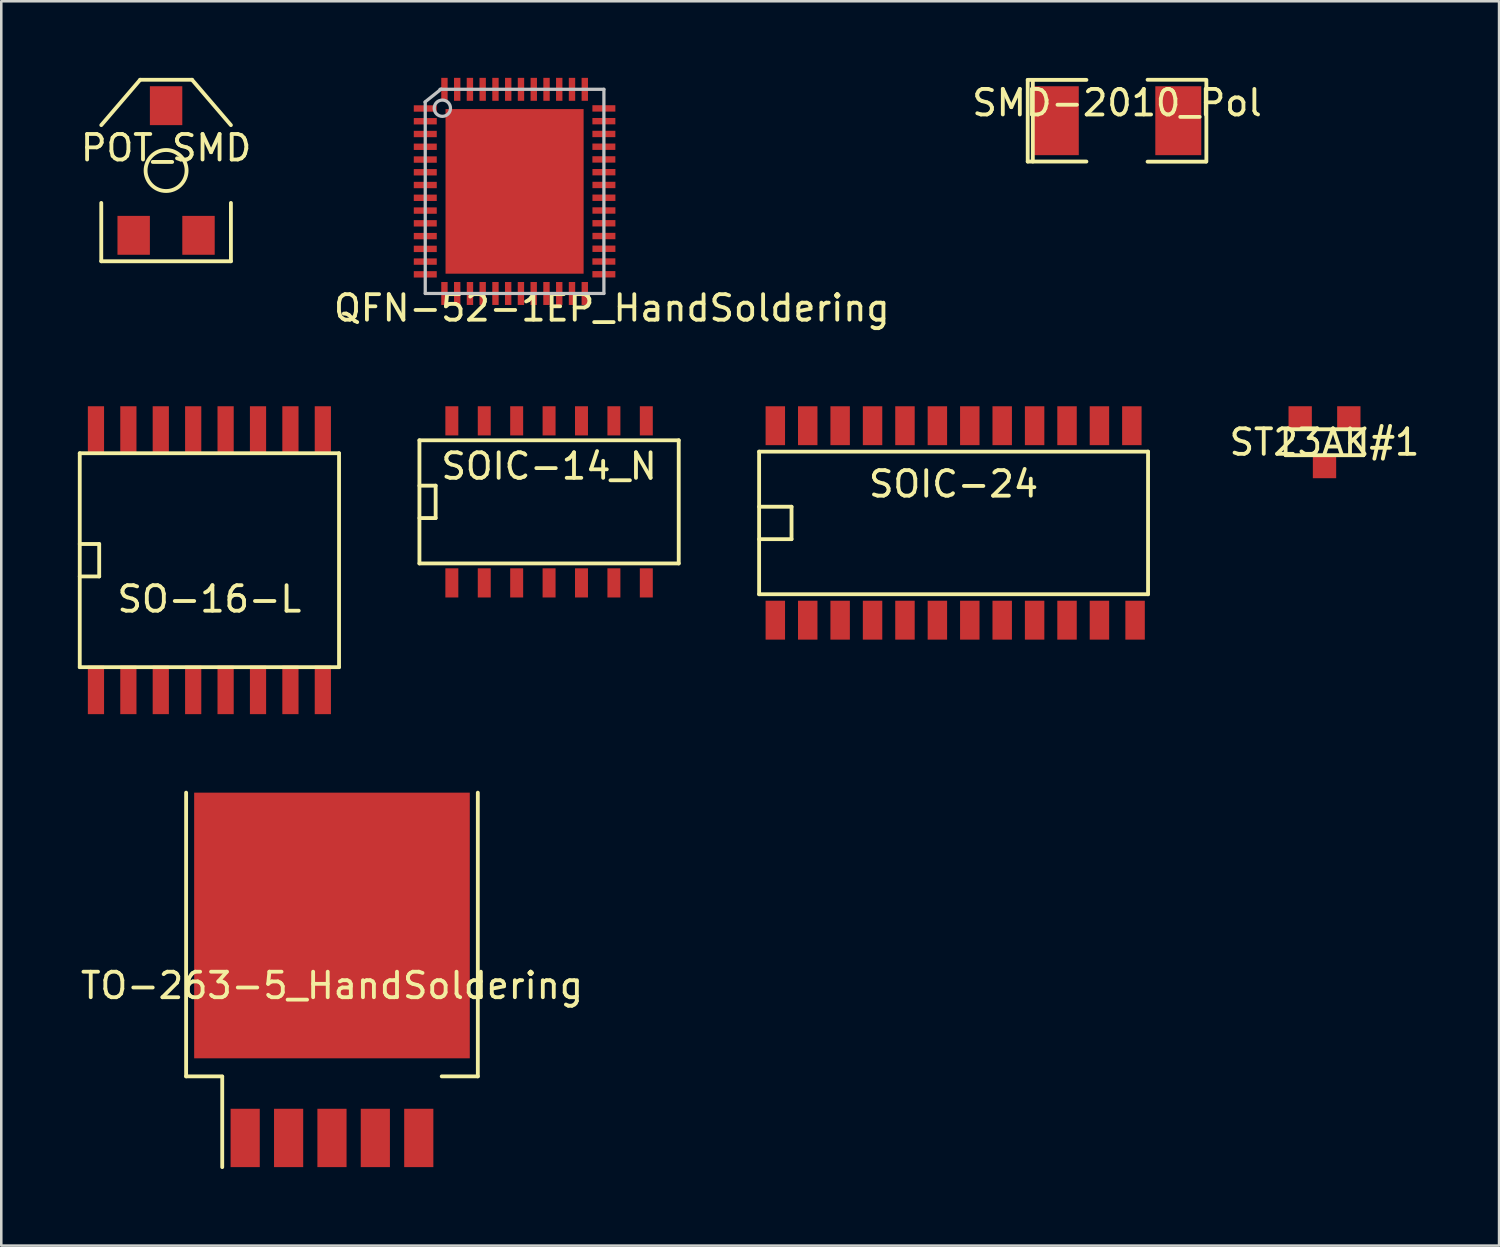
<source format=kicad_pcb>
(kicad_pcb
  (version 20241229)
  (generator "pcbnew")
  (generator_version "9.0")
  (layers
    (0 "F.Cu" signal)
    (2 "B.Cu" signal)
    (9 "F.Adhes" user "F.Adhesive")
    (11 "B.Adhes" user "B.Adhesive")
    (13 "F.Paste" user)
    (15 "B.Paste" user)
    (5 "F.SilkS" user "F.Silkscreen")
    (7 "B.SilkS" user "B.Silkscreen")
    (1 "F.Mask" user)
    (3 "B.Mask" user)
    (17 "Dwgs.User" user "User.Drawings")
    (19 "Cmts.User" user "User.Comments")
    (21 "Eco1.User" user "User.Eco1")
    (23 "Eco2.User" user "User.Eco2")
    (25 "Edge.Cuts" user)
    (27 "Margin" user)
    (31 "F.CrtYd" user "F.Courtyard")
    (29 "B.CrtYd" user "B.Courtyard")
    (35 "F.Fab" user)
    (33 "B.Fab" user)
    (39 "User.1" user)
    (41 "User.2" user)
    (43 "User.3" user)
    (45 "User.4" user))
  (footprint "POT_SMD"
    (layer "F.Cu")
    (at 3.458 3.631)
    (property "Reference" "POT_SMD" (at 0 -0.886 0) (layer "F.SilkS") (effects (font (size 1 1) (thickness 0.15))))
    (attr smd)
    (fp_line (start -2.54 -1.778) (end -1.016 -3.556) (stroke (width 0.15) (type solid)) (layer "F.SilkS"))
    (fp_line (start -2.54 1.27) (end -2.54 3.556) (stroke (width 0.15) (type solid)) (layer "F.SilkS"))
    (fp_line (start -2.54 3.556) (end 2.54 3.556) (stroke (width 0.15) (type solid)) (layer "F.SilkS"))
    (fp_line (start -1.016 -3.556) (end 1.016 -3.556) (stroke (width 0.15) (type solid)) (layer "F.SilkS"))
    (fp_line (start 1.016 -3.556) (end 2.54 -1.778) (stroke (width 0.15) (type solid)) (layer "F.SilkS"))
    (fp_line (start 2.54 3.556) (end 2.54 1.27) (stroke (width 0.15) (type solid)) (layer "F.SilkS"))
    (fp_circle (center 0 0) (end 0.254 -0.762) (stroke (width 0.15) (type solid)) (fill no) (layer "F.SilkS"))
    (pad "1" smd rect (at -1.27 2.54) (size 1.27 1.524) (layers "F.Cu" "F.Mask" "F.Paste"))
    (pad "2" smd rect (at 0 -2.54) (size 1.27 1.524) (layers "F.Cu" "F.Mask" "F.Paste"))
    (pad "3" smd rect (at 1.27 2.54) (size 1.27 1.524) (layers "F.Cu" "F.Mask" "F.Paste")))
  (footprint "TO-263-5_HandSoldering"
    (layer "F.Cu")
    (at 9.958 41.539)
    (property "Reference" "TO-263-5_HandSoldering" (at 0 -5.969 0) (layer "F.SilkS") (effects (font (size 1 1) (thickness 0.15))))
    (attr smd)
    (fp_line (start -5.715 -2.413) (end -5.715 -13.53) (stroke (width 0.15) (type solid)) (layer "F.SilkS"))
    (fp_line (start -5.715 -2.413) (end -4.3 -2.413) (stroke (width 0.15) (type solid)) (layer "F.SilkS"))
    (fp_line (start -4.3 -2.4) (end -4.3 1.143) (stroke (width 0.15) (type solid)) (layer "F.SilkS"))
    (fp_line (start 4.3 -2.413) (end 5.715 -2.413) (stroke (width 0.15) (type solid)) (layer "F.SilkS"))
    (fp_line (start 5.715 -13.53) (end 5.715 -2.413) (stroke (width 0.15) (type solid)) (layer "F.SilkS"))
    (pad "1" smd rect (at -3.401 0) (size 1.143 2.286) (layers "F.Cu" "F.Mask" "F.Paste"))
    (pad "2" smd rect (at -1.699 0) (size 1.143 2.286) (layers "F.Cu" "F.Mask" "F.Paste"))
    (pad "3" smd rect (at 0 -8.325) (size 10.8 10.41) (layers "F.Cu" "F.Mask" "F.Paste"))
    (pad "3" smd rect (at 0 0) (size 1.143 2.286) (layers "F.Cu" "F.Mask" "F.Paste"))
    (pad "4" smd rect (at 1.699 0) (size 1.143 2.286) (layers "F.Cu" "F.Mask" "F.Paste"))
    (pad "5" smd rect (at 3.401 0) (size 1.143 2.286) (layers "F.Cu" "F.Mask" "F.Paste")))
  (footprint "ST23AK#1"
    (layer "F.Cu")
    (at 48.849 14.278)
    (property "Reference" "ST23AK#1" (at 0 0 0) (layer "F.SilkS") (effects (font (size 1 1) (thickness 0.15))))
    (attr smd)
    (fp_line (start -1.524 -0.508) (end -1.524 -0.508) (stroke (width 0.15) (type solid)) (layer "F.SilkS"))
    (fp_line (start -1.524 -0.508) (end -1.524 -0.508) (stroke (width 0.15) (type solid)) (layer "F.SilkS"))
    (fp_line (start -1.524 -0.508) (end 1.524 -0.508) (stroke (width 0.15) (type solid)) (layer "F.SilkS"))
    (fp_line (start -1.524 0.508) (end -1.524 -0.508) (stroke (width 0.15) (type solid)) (layer "F.SilkS"))
    (fp_line (start 1.524 -0.508) (end 1.524 0.508) (stroke (width 0.15) (type solid)) (layer "F.SilkS"))
    (fp_line (start 1.524 0.508) (end -1.524 0.508) (stroke (width 0.15) (type solid)) (layer "F.SilkS"))
    (fp_line (start 1.524 0.508) (end 1.524 0.508) (stroke (width 0.15) (type solid)) (layer "F.SilkS"))
    (pad "1" smd rect (at 0.953 -0.953) (size 0.914 0.914) (layers "F.Cu" "F.Mask" "F.Paste"))
    (pad "2" smd rect (at 0 0.953) (size 0.914 0.914) (layers "F.Cu" "F.Mask" "F.Paste"))
    (pad "3" smd rect (at -0.953 -0.953) (size 0.914 0.914) (layers "F.Cu" "F.Mask" "F.Paste")))
  (footprint "SMD-2010_Pol"
    (layer "F.Cu")
    (at 40.72 1.68)
    (property "Reference" "SMD-2010_Pol" (at 0 -0.7 0) (layer "F.SilkS") (effects (font (size 1 1) (thickness 0.15))))
    (attr smd)
    (fp_line (start -3.5 -1.6) (end -3.5 1.6) (stroke (width 0.15) (type solid)) (layer "F.SilkS"))
    (fp_line (start -3.5 1.6) (end -1.2 1.6) (stroke (width 0.15) (type solid)) (layer "F.SilkS"))
    (fp_line (start -3.3 -1.6) (end -3.3 1.6) (stroke (width 0.15) (type solid)) (layer "F.SilkS"))
    (fp_line (start -1.2 -1.6) (end -3.5 -1.6) (stroke (width 0.15) (type solid)) (layer "F.SilkS"))
    (fp_line (start 1.196 1.605) (end 3.482 1.605) (stroke (width 0.15) (type solid)) (layer "F.SilkS"))
    (fp_line (start 3.482 -1.605) (end 1.196 -1.605) (stroke (width 0.15) (type solid)) (layer "F.SilkS"))
    (fp_line (start 3.5 -1.6) (end 3.5 1.6) (stroke (width 0.15) (type solid)) (layer "F.SilkS"))
    (pad "1" smd rect (at -2.4 0) (size 1.801 2.7) (layers "F.Cu" "F.Mask" "F.Paste"))
    (pad "2" smd rect (at 2.4 0) (size 1.801 2.7) (layers "F.Cu" "F.Mask" "F.Paste")))
  (footprint "QFN-52-1EP_HandSoldering"
    (layer "F.Cu")
    (at 17.113 4.449)
    (property "Reference" "QFN-52-1EP_HandSoldering" (at 3.81 4.572 0) (layer "F.SilkS") (effects (font (size 1 1) (thickness 0.15))))
    (attr smd)
    (fp_line (start -3.5 4) (end -3.5 -3.5) (stroke (width 0.127) (type solid)) (layer "Dwgs.User"))
    (fp_line (start -2.921 -4) (end 3.5 -4) (stroke (width 0.127) (type solid)) (layer "Dwgs.User"))
    (fp_line (start -2.875 -4.01) (end -3.51 -3.502) (stroke (width 0.127) (type solid)) (layer "Dwgs.User"))
    (fp_line (start 3.5 -4) (end 3.5 4) (stroke (width 0.127) (type solid)) (layer "Dwgs.User"))
    (fp_line (start 3.5 4) (end -3.5 4) (stroke (width 0.127) (type solid)) (layer "Dwgs.User"))
    (fp_circle (center -2.83 -3.259) (end -2.932 -3.561) (stroke (width 0.127) (type solid)) (fill no) (layer "Dwgs.User"))
    (pad "1" smd rect (at -3.499 -3.248) (size 0.9 0.25) (layers "F.Cu" "F.Mask" "F.Paste"))
    (pad "2" smd rect (at -3.499 -2.748) (size 0.9 0.25) (layers "F.Cu" "F.Mask" "F.Paste"))
    (pad "3" smd rect (at -3.499 -2.248) (size 0.9 0.25) (layers "F.Cu" "F.Mask" "F.Paste"))
    (pad "4" smd rect (at -3.499 -1.748) (size 0.9 0.25) (layers "F.Cu" "F.Mask" "F.Paste"))
    (pad "5" smd rect (at -3.499 -1.247) (size 0.9 0.25) (layers "F.Cu" "F.Mask" "F.Paste"))
    (pad "6" smd rect (at -3.499 -0.749) (size 0.9 0.25) (layers "F.Cu" "F.Mask" "F.Paste"))
    (pad "7" smd rect (at -3.499 -0.249) (size 0.9 0.25) (layers "F.Cu" "F.Mask" "F.Paste"))
    (pad "8" smd rect (at -3.499 0.251) (size 0.9 0.25) (layers "F.Cu" "F.Mask" "F.Paste"))
    (pad "9" smd rect (at -3.499 0.752) (size 0.9 0.25) (layers "F.Cu" "F.Mask" "F.Paste"))
    (pad "10" smd rect (at -3.499 1.252) (size 0.9 0.25) (layers "F.Cu" "F.Mask" "F.Paste"))
    (pad "11" smd rect (at -3.499 1.753) (size 0.9 0.25) (layers "F.Cu" "F.Mask" "F.Paste"))
    (pad "12" smd rect (at -3.499 2.253) (size 0.9 0.25) (layers "F.Cu" "F.Mask" "F.Paste"))
    (pad "13" smd rect (at -3.499 2.751) (size 0.9 0.25) (layers "F.Cu" "F.Mask" "F.Paste"))
    (pad "14" smd rect (at -3.499 3.251) (size 0.9 0.25) (layers "F.Cu" "F.Mask" "F.Paste"))
    (pad "15" smd rect (at -2.748 4.001 90) (size 0.9 0.25) (layers "F.Cu" "F.Mask" "F.Paste"))
    (pad "16" smd rect (at -2.248 4.001 90) (size 0.9 0.25) (layers "F.Cu" "F.Mask" "F.Paste"))
    (pad "17" smd rect (at -1.748 4.001 90) (size 0.9 0.25) (layers "F.Cu" "F.Mask" "F.Paste"))
    (pad "18" smd rect (at -1.25 4.001 90) (size 0.9 0.25) (layers "F.Cu" "F.Mask" "F.Paste"))
    (pad "19" smd rect (at -0.749 4.001 90) (size 0.9 0.25) (layers "F.Cu" "F.Mask" "F.Paste"))
    (pad "20" smd rect (at -0.251 4.001 90) (size 0.9 0.25) (layers "F.Cu" "F.Mask" "F.Paste"))
    (pad "21" smd rect (at 0.249 4.001 90) (size 0.9 0.25) (layers "F.Cu" "F.Mask" "F.Paste"))
    (pad "22" smd rect (at 0.749 4.001 90) (size 0.9 0.25) (layers "F.Cu" "F.Mask" "F.Paste"))
    (pad "23" smd rect (at 1.25 4.001 90) (size 0.9 0.25) (layers "F.Cu" "F.Mask" "F.Paste"))
    (pad "24" smd rect (at 1.75 4.001 90) (size 0.9 0.25) (layers "F.Cu" "F.Mask" "F.Paste"))
    (pad "25" smd rect (at 2.25 4.001 90) (size 0.9 0.25) (layers "F.Cu" "F.Mask" "F.Paste"))
    (pad "26" smd rect (at 2.751 4.001 90) (size 0.9 0.25) (layers "F.Cu" "F.Mask" "F.Paste"))
    (pad "27" smd rect (at 3.499 3.248) (size 0.9 0.25) (layers "F.Cu" "F.Mask" "F.Paste"))
    (pad "28" smd rect (at 3.499 2.748) (size 0.9 0.25) (layers "F.Cu" "F.Mask" "F.Paste"))
    (pad "29" smd rect (at 3.501 2.248) (size 0.9 0.25) (layers "F.Cu" "F.Mask" "F.Paste"))
    (pad "30" smd rect (at 3.501 1.75) (size 0.9 0.25) (layers "F.Cu" "F.Mask" "F.Paste"))
    (pad "31" smd rect (at 3.501 1.25) (size 0.9 0.25) (layers "F.Cu" "F.Mask" "F.Paste"))
    (pad "32" smd rect (at 3.501 0.749) (size 0.9 0.25) (layers "F.Cu" "F.Mask" "F.Paste"))
    (pad "33" smd rect (at 3.501 0.249) (size 0.9 0.25) (layers "F.Cu" "F.Mask" "F.Paste"))
    (pad "34" smd rect (at 3.501 -0.251) (size 0.9 0.25) (layers "F.Cu" "F.Mask" "F.Paste"))
    (pad "35" smd rect (at 3.501 -0.752) (size 0.9 0.25) (layers "F.Cu" "F.Mask" "F.Paste"))
    (pad "36" smd rect (at 3.499 -1.252) (size 0.9 0.25) (layers "F.Cu" "F.Mask" "F.Paste"))
    (pad "37" smd rect (at 3.499 -1.75) (size 0.9 0.25) (layers "F.Cu" "F.Mask" "F.Paste"))
    (pad "38" smd rect (at 3.499 -2.25) (size 0.9 0.25) (layers "F.Cu" "F.Mask" "F.Paste"))
    (pad "39" smd rect (at 3.499 -2.751) (size 0.9 0.25) (layers "F.Cu" "F.Mask" "F.Paste"))
    (pad "40" smd rect (at 3.499 -3.251) (size 0.9 0.25) (layers "F.Cu" "F.Mask" "F.Paste"))
    (pad "41" smd rect (at 2.751 -3.999 90) (size 0.9 0.25) (layers "F.Cu" "F.Mask" "F.Paste"))
    (pad "42" smd rect (at 2.25 -3.999 90) (size 0.9 0.25) (layers "F.Cu" "F.Mask" "F.Paste"))
    (pad "43" smd rect (at 1.75 -3.999 90) (size 0.9 0.25) (layers "F.Cu" "F.Mask" "F.Paste"))
    (pad "44" smd rect (at 1.252 -3.999 90) (size 0.9 0.25) (layers "F.Cu" "F.Mask" "F.Paste"))
    (pad "45" smd rect (at 0.752 -3.999 90) (size 0.9 0.25) (layers "F.Cu" "F.Mask" "F.Paste"))
    (pad "46" smd rect (at 0.251 -3.999 90) (size 0.9 0.25) (layers "F.Cu" "F.Mask" "F.Paste"))
    (pad "47" smd rect (at -0.249 -3.999 90) (size 0.9 0.25) (layers "F.Cu" "F.Mask" "F.Paste"))
    (pad "48" smd rect (at -0.749 -3.999 90) (size 0.9 0.25) (layers "F.Cu" "F.Mask" "F.Paste"))
    (pad "49" smd rect (at -1.25 -3.999 90) (size 0.9 0.25) (layers "F.Cu" "F.Mask" "F.Paste"))
    (pad "50" smd rect (at -1.75 -3.999 90) (size 0.9 0.25) (layers "F.Cu" "F.Mask" "F.Paste"))
    (pad "51" smd rect (at -2.248 -3.999 90) (size 0.9 0.25) (layers "F.Cu" "F.Mask" "F.Paste"))
    (pad "52" smd rect (at -2.748 -3.999 90) (size 0.9 0.25) (layers "F.Cu" "F.Mask" "F.Paste"))
    (pad "53" smd trapezoid (at 0 0) (size 5.41 6.45) (layers "F.Cu" "F.Mask" "F.Paste")))
  (footprint "SOIC-24"
    (layer "F.Cu")
    (at 34.315 17.441)
    (property "Reference" "SOIC-24" (at 0 -1.524 0) (layer "F.SilkS") (effects (font (size 1 1) (thickness 0.15))))
    (attr smd)
    (fp_line (start -7.62 -2.794) (end -7.62 2.794) (stroke (width 0.15) (type solid)) (layer "F.SilkS"))
    (fp_line (start -7.62 -0.635) (end -6.35 -0.635) (stroke (width 0.15) (type solid)) (layer "F.SilkS"))
    (fp_line (start -7.62 2.794) (end 7.62 2.794) (stroke (width 0.15) (type solid)) (layer "F.SilkS"))
    (fp_line (start -6.35 -0.635) (end -6.35 0.635) (stroke (width 0.15) (type solid)) (layer "F.SilkS"))
    (fp_line (start -6.35 0.635) (end -7.62 0.635) (stroke (width 0.15) (type solid)) (layer "F.SilkS"))
    (fp_line (start 7.62 -2.794) (end -7.62 -2.794) (stroke (width 0.15) (type solid)) (layer "F.SilkS"))
    (fp_line (start 7.62 -2.794) (end 7.62 2.794) (stroke (width 0.15) (type solid)) (layer "F.SilkS"))
    (pad "1" smd rect (at -6.985 3.81) (size 0.762 1.524) (layers "F.Cu" "F.Mask" "F.Paste"))
    (pad "2" smd rect (at -5.715 3.81) (size 0.762 1.524) (layers "F.Cu" "F.Mask" "F.Paste"))
    (pad "3" smd rect (at -4.445 3.81) (size 0.762 1.524) (layers "F.Cu" "F.Mask" "F.Paste"))
    (pad "4" smd rect (at -3.175 3.81) (size 0.762 1.524) (layers "F.Cu" "F.Mask" "F.Paste"))
    (pad "5" smd rect (at -1.905 3.81) (size 0.762 1.524) (layers "F.Cu" "F.Mask" "F.Paste"))
    (pad "6" smd rect (at -0.635 3.81) (size 0.762 1.524) (layers "F.Cu" "F.Mask" "F.Paste"))
    (pad "7" smd rect (at 0.635 3.81) (size 0.762 1.524) (layers "F.Cu" "F.Mask" "F.Paste"))
    (pad "8" smd rect (at 1.905 3.81) (size 0.762 1.524) (layers "F.Cu" "F.Mask" "F.Paste"))
    (pad "9" smd rect (at 3.175 3.81) (size 0.762 1.524) (layers "F.Cu" "F.Mask" "F.Paste"))
    (pad "10" smd rect (at 4.445 3.81) (size 0.762 1.524) (layers "F.Cu" "F.Mask" "F.Paste"))
    (pad "11" smd rect (at 5.715 3.81) (size 0.762 1.524) (layers "F.Cu" "F.Mask" "F.Paste"))
    (pad "12" smd rect (at 7.112 3.81) (size 0.762 1.524) (layers "F.Cu" "F.Mask" "F.Paste"))
    (pad "13" smd rect (at 6.985 -3.81) (size 0.762 1.524) (layers "F.Cu" "F.Mask" "F.Paste"))
    (pad "14" smd rect (at 5.715 -3.81) (size 0.762 1.524) (layers "F.Cu" "F.Mask" "F.Paste"))
    (pad "15" smd rect (at 4.445 -3.81) (size 0.762 1.524) (layers "F.Cu" "F.Mask" "F.Paste"))
    (pad "16" smd rect (at 3.175 -3.81) (size 0.762 1.524) (layers "F.Cu" "F.Mask" "F.Paste"))
    (pad "17" smd rect (at 1.905 -3.81) (size 0.762 1.524) (layers "F.Cu" "F.Mask" "F.Paste"))
    (pad "18" smd rect (at 0.635 -3.81) (size 0.762 1.524) (layers "F.Cu" "F.Mask" "F.Paste"))
    (pad "19" smd rect (at -0.635 -3.81) (size 0.762 1.524) (layers "F.Cu" "F.Mask" "F.Paste"))
    (pad "20" smd rect (at -1.905 -3.81) (size 0.762 1.524) (layers "F.Cu" "F.Mask" "F.Paste"))
    (pad "21" smd rect (at -3.175 -3.81) (size 0.762 1.524) (layers "F.Cu" "F.Mask" "F.Paste"))
    (pad "22" smd rect (at -4.445 -3.81) (size 0.762 1.524) (layers "F.Cu" "F.Mask" "F.Paste"))
    (pad "23" smd rect (at -5.715 -3.81) (size 0.762 1.524) (layers "F.Cu" "F.Mask" "F.Paste"))
    (pad "24" smd rect (at -6.985 -3.81) (size 0.762 1.524) (layers "F.Cu" "F.Mask" "F.Paste")))
  (footprint "SOIC-14_N"
    (layer "F.Cu")
    (at 18.465 16.488)
    (property "Reference" "SOIC-14_N" (at 0 -1.27 0) (layer "F.SilkS") (effects (font (size 1 1) (thickness 0.15))))
    (attr smd)
    (fp_line (start -5.08 -2.286) (end 5.08 -2.286) (stroke (width 0.15) (type solid)) (layer "F.SilkS"))
    (fp_line (start -5.08 -0.508) (end -4.445 -0.508) (stroke (width 0.15) (type solid)) (layer "F.SilkS"))
    (fp_line (start -5.08 2.54) (end -5.08 -2.286) (stroke (width 0.15) (type solid)) (layer "F.SilkS"))
    (fp_line (start -4.445 -0.508) (end -4.445 0.762) (stroke (width 0.15) (type solid)) (layer "F.SilkS"))
    (fp_line (start -4.445 0.762) (end -5.08 0.762) (stroke (width 0.15) (type solid)) (layer "F.SilkS"))
    (fp_line (start 5.08 -2.286) (end 5.08 2.54) (stroke (width 0.15) (type solid)) (layer "F.SilkS"))
    (fp_line (start 5.08 2.54) (end -5.08 2.54) (stroke (width 0.15) (type solid)) (layer "F.SilkS"))
    (pad "1" smd rect (at -3.81 3.302) (size 0.508 1.143) (layers "F.Cu" "F.Mask" "F.Paste"))
    (pad "2" smd rect (at -2.54 3.302) (size 0.508 1.143) (layers "F.Cu" "F.Mask" "F.Paste"))
    (pad "3" smd rect (at -1.27 3.302) (size 0.508 1.143) (layers "F.Cu" "F.Mask" "F.Paste"))
    (pad "4" smd rect (at 0 3.302) (size 0.508 1.143) (layers "F.Cu" "F.Mask" "F.Paste"))
    (pad "5" smd rect (at 1.27 3.302) (size 0.508 1.143) (layers "F.Cu" "F.Mask" "F.Paste"))
    (pad "6" smd rect (at 2.54 3.302) (size 0.508 1.143) (layers "F.Cu" "F.Mask" "F.Paste"))
    (pad "7" smd rect (at 3.81 3.302) (size 0.508 1.143) (layers "F.Cu" "F.Mask" "F.Paste"))
    (pad "8" smd rect (at 3.81 -3.048) (size 0.508 1.143) (layers "F.Cu" "F.Mask" "F.Paste"))
    (pad "9" smd rect (at 2.54 -3.048) (size 0.508 1.143) (layers "F.Cu" "F.Mask" "F.Paste"))
    (pad "10" smd rect (at 1.27 -3.048) (size 0.508 1.143) (layers "F.Cu" "F.Mask" "F.Paste"))
    (pad "11" smd rect (at 0 -3.048) (size 0.508 1.143) (layers "F.Cu" "F.Mask" "F.Paste"))
    (pad "12" smd rect (at -1.27 -3.048) (size 0.508 1.143) (layers "F.Cu" "F.Mask" "F.Paste"))
    (pad "13" smd rect (at -2.54 -3.048) (size 0.508 1.143) (layers "F.Cu" "F.Mask" "F.Paste"))
    (pad "14" smd rect (at -3.81 -3.048) (size 0.508 1.143) (layers "F.Cu" "F.Mask" "F.Paste")))
  (footprint "SO-16-L"
    (layer "F.Cu")
    (at 5.155 18.901)
    (property "Reference" "SO-16-L" (at 0 1.524 0) (layer "F.SilkS") (effects (font (size 1 1) (thickness 0.15))))
    (attr smd)
    (fp_line (start -5.08 -4.191) (end 5.08 -4.191) (stroke (width 0.15) (type solid)) (layer "F.SilkS"))
    (fp_line (start -5.08 -0.635) (end -4.318 -0.635) (stroke (width 0.15) (type solid)) (layer "F.SilkS"))
    (fp_line (start -5.08 4.191) (end -5.08 -4.191) (stroke (width 0.15) (type solid)) (layer "F.SilkS"))
    (fp_line (start -4.318 -0.635) (end -4.318 0.635) (stroke (width 0.15) (type solid)) (layer "F.SilkS"))
    (fp_line (start -4.318 0.635) (end -5.08 0.635) (stroke (width 0.15) (type solid)) (layer "F.SilkS"))
    (fp_line (start 5.08 -4.191) (end 5.08 4.191) (stroke (width 0.15) (type solid)) (layer "F.SilkS"))
    (fp_line (start 5.08 4.191) (end -5.08 4.191) (stroke (width 0.15) (type solid)) (layer "F.SilkS"))
    (pad "1" smd rect (at -4.445 5.08) (size 0.635 1.905) (layers "F.Cu" "F.Mask" "F.Paste"))
    (pad "2" smd rect (at -3.175 5.08) (size 0.635 1.905) (layers "F.Cu" "F.Mask" "F.Paste"))
    (pad "3" smd rect (at -1.905 5.08) (size 0.635 1.905) (layers "F.Cu" "F.Mask" "F.Paste"))
    (pad "4" smd rect (at -0.635 5.08) (size 0.635 1.905) (layers "F.Cu" "F.Mask" "F.Paste"))
    (pad "5" smd rect (at 0.635 5.08) (size 0.635 1.905) (layers "F.Cu" "F.Mask" "F.Paste"))
    (pad "6" smd rect (at 1.905 5.08) (size 0.635 1.905) (layers "F.Cu" "F.Mask" "F.Paste"))
    (pad "7" smd rect (at 3.175 5.08) (size 0.635 1.905) (layers "F.Cu" "F.Mask" "F.Paste"))
    (pad "8" smd rect (at 4.445 5.08) (size 0.635 1.905) (layers "F.Cu" "F.Mask" "F.Paste"))
    (pad "9" smd rect (at 4.445 -5.08) (size 0.635 1.905) (layers "F.Cu" "F.Mask" "F.Paste"))
    (pad "10" smd rect (at 3.175 -5.08) (size 0.635 1.905) (layers "F.Cu" "F.Mask" "F.Paste"))
    (pad "11" smd rect (at 1.905 -5.08) (size 0.635 1.905) (layers "F.Cu" "F.Mask" "F.Paste"))
    (pad "12" smd rect (at 0.635 -5.08) (size 0.635 1.905) (layers "F.Cu" "F.Mask" "F.Paste"))
    (pad "13" smd rect (at -0.635 -5.08) (size 0.635 1.905) (layers "F.Cu" "F.Mask" "F.Paste"))
    (pad "14" smd rect (at -1.905 -5.08) (size 0.635 1.905) (layers "F.Cu" "F.Mask" "F.Paste"))
    (pad "15" smd rect (at -3.175 -5.08) (size 0.635 1.905) (layers "F.Cu" "F.Mask" "F.Paste"))
    (pad "16" smd rect (at -4.445 -5.08) (size 0.635 1.905) (layers "F.Cu" "F.Mask" "F.Paste")))
  (gr_rect
    (start -3 -3)
    (end 55.689 45.757)
    (stroke (width 0.1) (type default))
    (fill no)
    (layer "Edge.Cuts")))
</source>
